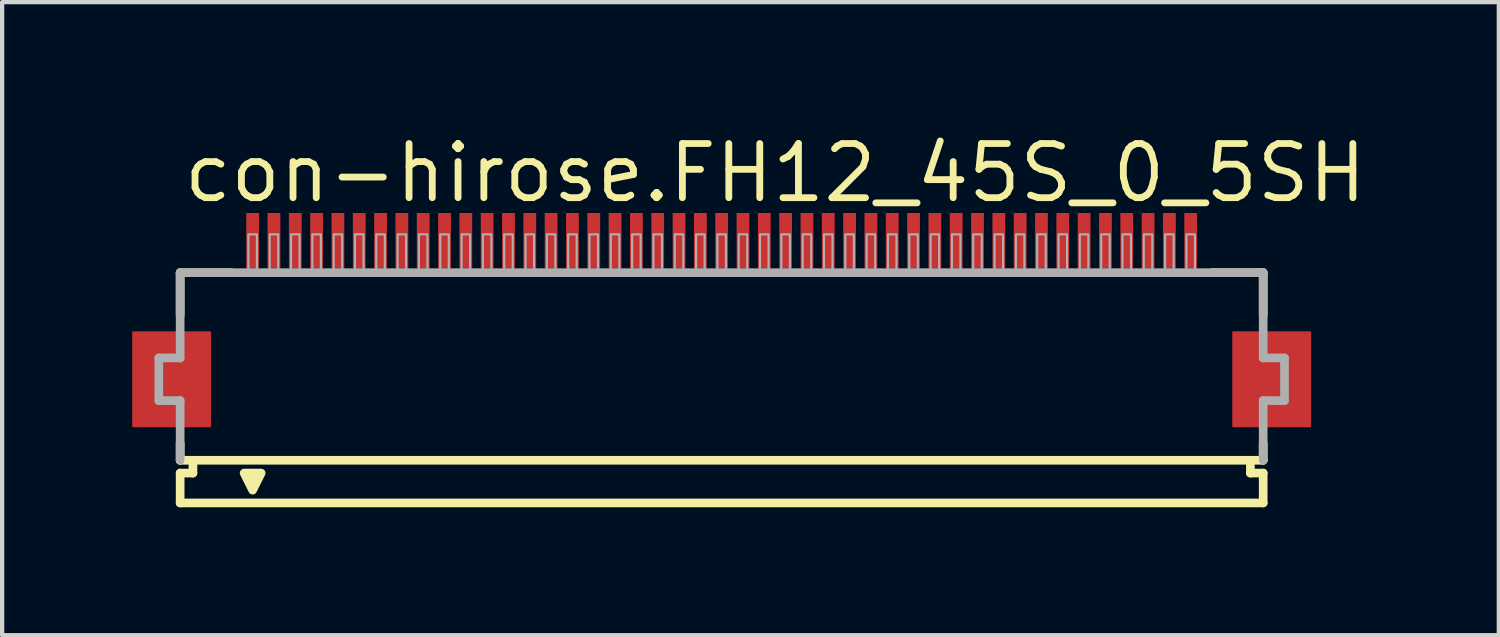
<source format=kicad_pcb>
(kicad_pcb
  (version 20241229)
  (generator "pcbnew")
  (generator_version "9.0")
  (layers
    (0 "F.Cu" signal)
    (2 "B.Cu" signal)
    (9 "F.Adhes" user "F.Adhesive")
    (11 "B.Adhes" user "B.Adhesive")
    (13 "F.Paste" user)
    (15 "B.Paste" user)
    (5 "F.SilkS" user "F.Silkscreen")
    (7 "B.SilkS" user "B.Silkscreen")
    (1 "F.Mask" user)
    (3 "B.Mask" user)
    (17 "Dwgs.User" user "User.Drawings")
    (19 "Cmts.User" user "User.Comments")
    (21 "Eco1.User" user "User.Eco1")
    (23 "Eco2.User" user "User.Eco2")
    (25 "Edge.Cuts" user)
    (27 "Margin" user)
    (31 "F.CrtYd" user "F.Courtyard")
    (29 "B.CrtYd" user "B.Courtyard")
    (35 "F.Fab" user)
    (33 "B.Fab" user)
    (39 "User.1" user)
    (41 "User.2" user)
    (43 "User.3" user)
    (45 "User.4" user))
  (footprint "con-hirose.FH12_45S_0_5SH"
    (layer "F.Cu")
    (at 15.875 5.845)
    (property "Reference" "con-hirose.FH12_45S_0_5SH" (at -14.698 -4.095 0) (layer "F.SilkS") (effects (font (size 1.27 1.27) (thickness 0.16)) (justify left bottom)))
    (attr smd)
    (fp_rect (start -15.8 1.1) (end -14 -1.1) (stroke (width 0.05) (type default)) (fill yes) (layer "F.Cu"))
    (fp_rect (start 10 1.1) (end 11.8 -1.1) (stroke (width 0.05) (type default)) (fill yes) (layer "F.Cu"))
    (fp_rect (start -15.85 1.175) (end -13.95 -1.175) (stroke (width 0.05) (type default)) (fill yes) (layer "F.Mask"))
    (fp_rect (start -13.2 -2.55) (end -12.8 -3.95) (stroke (width 0.05) (type default)) (fill yes) (layer "F.Mask"))
    (fp_rect (start -12.7 -2.55) (end -12.3 -3.95) (stroke (width 0.05) (type default)) (fill yes) (layer "F.Mask"))
    (fp_rect (start -12.2 -2.55) (end -11.8 -3.95) (stroke (width 0.05) (type default)) (fill yes) (layer "F.Mask"))
    (fp_rect (start -11.7 -2.55) (end -11.3 -3.95) (stroke (width 0.05) (type default)) (fill yes) (layer "F.Mask"))
    (fp_rect (start -11.2 -2.55) (end -10.8 -3.95) (stroke (width 0.05) (type default)) (fill yes) (layer "F.Mask"))
    (fp_rect (start -10.7 -2.55) (end -10.3 -3.95) (stroke (width 0.05) (type default)) (fill yes) (layer "F.Mask"))
    (fp_rect (start -10.2 -2.55) (end -9.8 -3.95) (stroke (width 0.05) (type default)) (fill yes) (layer "F.Mask"))
    (fp_rect (start -9.7 -2.55) (end -9.3 -3.95) (stroke (width 0.05) (type default)) (fill yes) (layer "F.Mask"))
    (fp_rect (start -9.2 -2.55) (end -8.8 -3.95) (stroke (width 0.05) (type default)) (fill yes) (layer "F.Mask"))
    (fp_rect (start -8.7 -2.55) (end -8.3 -3.95) (stroke (width 0.05) (type default)) (fill yes) (layer "F.Mask"))
    (fp_rect (start -8.2 -2.55) (end -7.8 -3.95) (stroke (width 0.05) (type default)) (fill yes) (layer "F.Mask"))
    (fp_rect (start -7.7 -2.55) (end -7.3 -3.95) (stroke (width 0.05) (type default)) (fill yes) (layer "F.Mask"))
    (fp_rect (start -7.2 -2.55) (end -6.8 -3.95) (stroke (width 0.05) (type default)) (fill yes) (layer "F.Mask"))
    (fp_rect (start -6.7 -2.55) (end -6.3 -3.95) (stroke (width 0.05) (type default)) (fill yes) (layer "F.Mask"))
    (fp_rect (start -6.2 -2.55) (end -5.8 -3.95) (stroke (width 0.05) (type default)) (fill yes) (layer "F.Mask"))
    (fp_rect (start -5.7 -2.55) (end -5.3 -3.95) (stroke (width 0.05) (type default)) (fill yes) (layer "F.Mask"))
    (fp_rect (start -5.2 -2.55) (end -4.8 -3.95) (stroke (width 0.05) (type default)) (fill yes) (layer "F.Mask"))
    (fp_rect (start -4.7 -2.55) (end -4.3 -3.95) (stroke (width 0.05) (type default)) (fill yes) (layer "F.Mask"))
    (fp_rect (start -4.2 -2.55) (end -3.8 -3.95) (stroke (width 0.05) (type default)) (fill yes) (layer "F.Mask"))
    (fp_rect (start -3.7 -2.55) (end -3.3 -3.95) (stroke (width 0.05) (type default)) (fill yes) (layer "F.Mask"))
    (fp_rect (start -3.2 -2.55) (end -2.8 -3.95) (stroke (width 0.05) (type default)) (fill yes) (layer "F.Mask"))
    (fp_rect (start -2.7 -2.55) (end -2.3 -3.95) (stroke (width 0.05) (type default)) (fill yes) (layer "F.Mask"))
    (fp_rect (start -2.2 -2.55) (end -1.8 -3.95) (stroke (width 0.05) (type default)) (fill yes) (layer "F.Mask"))
    (fp_rect (start -1.7 -2.55) (end -1.3 -3.95) (stroke (width 0.05) (type default)) (fill yes) (layer "F.Mask"))
    (fp_rect (start -1.2 -2.55) (end -0.8 -3.95) (stroke (width 0.05) (type default)) (fill yes) (layer "F.Mask"))
    (fp_rect (start -0.7 -2.55) (end -0.3 -3.95) (stroke (width 0.05) (type default)) (fill yes) (layer "F.Mask"))
    (fp_rect (start -0.2 -2.55) (end 0.2 -3.95) (stroke (width 0.05) (type default)) (fill yes) (layer "F.Mask"))
    (fp_rect (start 0.3 -2.55) (end 0.7 -3.95) (stroke (width 0.05) (type default)) (fill yes) (layer "F.Mask"))
    (fp_rect (start 0.8 -2.55) (end 1.2 -3.95) (stroke (width 0.05) (type default)) (fill yes) (layer "F.Mask"))
    (fp_rect (start 1.3 -2.55) (end 1.7 -3.95) (stroke (width 0.05) (type default)) (fill yes) (layer "F.Mask"))
    (fp_rect (start 1.8 -2.55) (end 2.2 -3.95) (stroke (width 0.05) (type default)) (fill yes) (layer "F.Mask"))
    (fp_rect (start 2.3 -2.55) (end 2.7 -3.95) (stroke (width 0.05) (type default)) (fill yes) (layer "F.Mask"))
    (fp_rect (start 2.8 -2.55) (end 3.2 -3.95) (stroke (width 0.05) (type default)) (fill yes) (layer "F.Mask"))
    (fp_rect (start 3.3 -2.55) (end 3.7 -3.95) (stroke (width 0.05) (type default)) (fill yes) (layer "F.Mask"))
    (fp_rect (start 3.8 -2.55) (end 4.2 -3.95) (stroke (width 0.05) (type default)) (fill yes) (layer "F.Mask"))
    (fp_rect (start 4.3 -2.55) (end 4.7 -3.95) (stroke (width 0.05) (type default)) (fill yes) (layer "F.Mask"))
    (fp_rect (start 4.8 -2.55) (end 5.2 -3.95) (stroke (width 0.05) (type default)) (fill yes) (layer "F.Mask"))
    (fp_rect (start 5.3 -2.55) (end 5.7 -3.95) (stroke (width 0.05) (type default)) (fill yes) (layer "F.Mask"))
    (fp_rect (start 5.8 -2.55) (end 6.2 -3.95) (stroke (width 0.05) (type default)) (fill yes) (layer "F.Mask"))
    (fp_rect (start 6.3 -2.55) (end 6.7 -3.95) (stroke (width 0.05) (type default)) (fill yes) (layer "F.Mask"))
    (fp_rect (start 6.8 -2.55) (end 7.2 -3.95) (stroke (width 0.05) (type default)) (fill yes) (layer "F.Mask"))
    (fp_rect (start 7.3 -2.55) (end 7.7 -3.95) (stroke (width 0.05) (type default)) (fill yes) (layer "F.Mask"))
    (fp_rect (start 7.8 -2.55) (end 8.2 -3.95) (stroke (width 0.05) (type default)) (fill yes) (layer "F.Mask"))
    (fp_rect (start 8.3 -2.55) (end 8.7 -3.95) (stroke (width 0.05) (type default)) (fill yes) (layer "F.Mask"))
    (fp_rect (start 8.8 -2.55) (end 9.2 -3.95) (stroke (width 0.05) (type default)) (fill yes) (layer "F.Mask"))
    (fp_rect (start 9.95 1.175) (end 11.85 -1.175) (stroke (width 0.05) (type default)) (fill yes) (layer "F.Mask"))
    (fp_line (start -14.7 -2.5) (end -14.7 -1.5) (stroke (width 0.203) (type default)) (layer "F.SilkS"))
    (fp_line (start -14.7 1.5) (end -14.7 1.9) (stroke (width 0.203) (type default)) (layer "F.SilkS"))
    (fp_line (start -14.7 1.9) (end -14.4 1.9) (stroke (width 0.203) (type default)) (layer "F.SilkS"))
    (fp_line (start -14.7 2.2) (end -14.7 2.9) (stroke (width 0.203) (type default)) (layer "F.SilkS"))
    (fp_line (start -14.4 1.9) (end -14.4 2.2) (stroke (width 0.203) (type default)) (layer "F.SilkS"))
    (fp_line (start -14.4 2.2) (end -14.7 2.2) (stroke (width 0.203) (type default)) (layer "F.SilkS"))
    (fp_line (start -13.5 -2.5) (end -14.7 -2.5) (stroke (width 0.203) (type default)) (layer "F.SilkS"))
    (fp_line (start 10.4 1.9) (end -14.4 1.9) (stroke (width 0.203) (type default)) (layer "F.SilkS"))
    (fp_line (start 10.4 1.9) (end 10.7 1.9) (stroke (width 0.203) (type default)) (layer "F.SilkS"))
    (fp_line (start 10.4 2.2) (end 10.4 1.9) (stroke (width 0.203) (type default)) (layer "F.SilkS"))
    (fp_line (start 10.7 -2.5) (end 9.5 -2.5) (stroke (width 0.203) (type default)) (layer "F.SilkS"))
    (fp_line (start 10.7 -1.5) (end 10.7 -2.5) (stroke (width 0.203) (type default)) (layer "F.SilkS"))
    (fp_line (start 10.7 1.9) (end 10.7 1.5) (stroke (width 0.203) (type default)) (layer "F.SilkS"))
    (fp_line (start 10.7 2.2) (end 10.4 2.2) (stroke (width 0.203) (type default)) (layer "F.SilkS"))
    (fp_line (start 10.7 2.9) (end -14.7 2.9) (stroke (width 0.203) (type default)) (layer "F.SilkS"))
    (fp_line (start 10.7 2.9) (end 10.7 2.2) (stroke (width 0.203) (type default)) (layer "F.SilkS"))
    (fp_poly (pts (xy -13.2 2.2) (xy -13 2.6) (xy -12.8 2.2)) (stroke (width 0.203) (type default)) (fill yes) (layer "F.SilkS"))
    (fp_rect (start -15.725 1.025) (end -14.075 -1.025) (stroke (width 0.05) (type default)) (fill yes) (layer "F.Paste"))
    (fp_rect (start -13.125 -2.625) (end -12.875 -3.875) (stroke (width 0.05) (type default)) (fill yes) (layer "F.Paste"))
    (fp_rect (start -12.625 -2.625) (end -12.375 -3.875) (stroke (width 0.05) (type default)) (fill yes) (layer "F.Paste"))
    (fp_rect (start -12.125 -2.625) (end -11.875 -3.875) (stroke (width 0.05) (type default)) (fill yes) (layer "F.Paste"))
    (fp_rect (start -11.625 -2.625) (end -11.375 -3.875) (stroke (width 0.05) (type default)) (fill yes) (layer "F.Paste"))
    (fp_rect (start -11.125 -2.625) (end -10.875 -3.875) (stroke (width 0.05) (type default)) (fill yes) (layer "F.Paste"))
    (fp_rect (start -10.625 -2.625) (end -10.375 -3.875) (stroke (width 0.05) (type default)) (fill yes) (layer "F.Paste"))
    (fp_rect (start -10.125 -2.625) (end -9.875 -3.875) (stroke (width 0.05) (type default)) (fill yes) (layer "F.Paste"))
    (fp_rect (start -9.625 -2.625) (end -9.375 -3.875) (stroke (width 0.05) (type default)) (fill yes) (layer "F.Paste"))
    (fp_rect (start -9.125 -2.625) (end -8.875 -3.875) (stroke (width 0.05) (type default)) (fill yes) (layer "F.Paste"))
    (fp_rect (start -8.625 -2.625) (end -8.375 -3.875) (stroke (width 0.05) (type default)) (fill yes) (layer "F.Paste"))
    (fp_rect (start -8.125 -2.625) (end -7.875 -3.875) (stroke (width 0.05) (type default)) (fill yes) (layer "F.Paste"))
    (fp_rect (start -7.625 -2.625) (end -7.375 -3.875) (stroke (width 0.05) (type default)) (fill yes) (layer "F.Paste"))
    (fp_rect (start -7.125 -2.625) (end -6.875 -3.875) (stroke (width 0.05) (type default)) (fill yes) (layer "F.Paste"))
    (fp_rect (start -6.625 -2.625) (end -6.375 -3.875) (stroke (width 0.05) (type default)) (fill yes) (layer "F.Paste"))
    (fp_rect (start -6.125 -2.625) (end -5.875 -3.875) (stroke (width 0.05) (type default)) (fill yes) (layer "F.Paste"))
    (fp_rect (start -5.625 -2.625) (end -5.375 -3.875) (stroke (width 0.05) (type default)) (fill yes) (layer "F.Paste"))
    (fp_rect (start -5.125 -2.625) (end -4.875 -3.875) (stroke (width 0.05) (type default)) (fill yes) (layer "F.Paste"))
    (fp_rect (start -4.625 -2.625) (end -4.375 -3.875) (stroke (width 0.05) (type default)) (fill yes) (layer "F.Paste"))
    (fp_rect (start -4.125 -2.625) (end -3.875 -3.875) (stroke (width 0.05) (type default)) (fill yes) (layer "F.Paste"))
    (fp_rect (start -3.625 -2.625) (end -3.375 -3.875) (stroke (width 0.05) (type default)) (fill yes) (layer "F.Paste"))
    (fp_rect (start -3.125 -2.625) (end -2.875 -3.875) (stroke (width 0.05) (type default)) (fill yes) (layer "F.Paste"))
    (fp_rect (start -2.625 -2.625) (end -2.375 -3.875) (stroke (width 0.05) (type default)) (fill yes) (layer "F.Paste"))
    (fp_rect (start -2.125 -2.625) (end -1.875 -3.875) (stroke (width 0.05) (type default)) (fill yes) (layer "F.Paste"))
    (fp_rect (start -1.625 -2.625) (end -1.375 -3.875) (stroke (width 0.05) (type default)) (fill yes) (layer "F.Paste"))
    (fp_rect (start -1.125 -2.625) (end -0.875 -3.875) (stroke (width 0.05) (type default)) (fill yes) (layer "F.Paste"))
    (fp_rect (start -0.625 -2.625) (end -0.375 -3.875) (stroke (width 0.05) (type default)) (fill yes) (layer "F.Paste"))
    (fp_rect (start -0.125 -2.625) (end 0.125 -3.875) (stroke (width 0.05) (type default)) (fill yes) (layer "F.Paste"))
    (fp_rect (start 0.375 -2.625) (end 0.625 -3.875) (stroke (width 0.05) (type default)) (fill yes) (layer "F.Paste"))
    (fp_rect (start 0.875 -2.625) (end 1.125 -3.875) (stroke (width 0.05) (type default)) (fill yes) (layer "F.Paste"))
    (fp_rect (start 1.375 -2.625) (end 1.625 -3.875) (stroke (width 0.05) (type default)) (fill yes) (layer "F.Paste"))
    (fp_rect (start 1.875 -2.625) (end 2.125 -3.875) (stroke (width 0.05) (type default)) (fill yes) (layer "F.Paste"))
    (fp_rect (start 2.375 -2.625) (end 2.625 -3.875) (stroke (width 0.05) (type default)) (fill yes) (layer "F.Paste"))
    (fp_rect (start 2.875 -2.625) (end 3.125 -3.875) (stroke (width 0.05) (type default)) (fill yes) (layer "F.Paste"))
    (fp_rect (start 3.375 -2.625) (end 3.625 -3.875) (stroke (width 0.05) (type default)) (fill yes) (layer "F.Paste"))
    (fp_rect (start 3.875 -2.625) (end 4.125 -3.875) (stroke (width 0.05) (type default)) (fill yes) (layer "F.Paste"))
    (fp_rect (start 4.375 -2.625) (end 4.625 -3.875) (stroke (width 0.05) (type default)) (fill yes) (layer "F.Paste"))
    (fp_rect (start 4.875 -2.625) (end 5.125 -3.875) (stroke (width 0.05) (type default)) (fill yes) (layer "F.Paste"))
    (fp_rect (start 5.375 -2.625) (end 5.625 -3.875) (stroke (width 0.05) (type default)) (fill yes) (layer "F.Paste"))
    (fp_rect (start 5.875 -2.625) (end 6.125 -3.875) (stroke (width 0.05) (type default)) (fill yes) (layer "F.Paste"))
    (fp_rect (start 6.375 -2.625) (end 6.625 -3.875) (stroke (width 0.05) (type default)) (fill yes) (layer "F.Paste"))
    (fp_rect (start 6.875 -2.625) (end 7.125 -3.875) (stroke (width 0.05) (type default)) (fill yes) (layer "F.Paste"))
    (fp_rect (start 7.375 -2.625) (end 7.625 -3.875) (stroke (width 0.05) (type default)) (fill yes) (layer "F.Paste"))
    (fp_rect (start 7.875 -2.625) (end 8.125 -3.875) (stroke (width 0.05) (type default)) (fill yes) (layer "F.Paste"))
    (fp_rect (start 8.375 -2.625) (end 8.625 -3.875) (stroke (width 0.05) (type default)) (fill yes) (layer "F.Paste"))
    (fp_rect (start 8.875 -2.625) (end 9.125 -3.875) (stroke (width 0.05) (type default)) (fill yes) (layer "F.Paste"))
    (fp_rect (start 10.075 1.025) (end 11.725 -1.025) (stroke (width 0.05) (type default)) (fill yes) (layer "F.Paste"))
    (fp_line (start -15.2 -0.5) (end -15.2 0.5) (stroke (width 0.203) (type default)) (layer "F.Fab"))
    (fp_line (start -15.2 0.5) (end -14.7 0.5) (stroke (width 0.203) (type default)) (layer "F.Fab"))
    (fp_line (start -14.7 -2.5) (end -14.7 -0.5) (stroke (width 0.203) (type default)) (layer "F.Fab"))
    (fp_line (start -14.7 -0.5) (end -15.2 -0.5) (stroke (width 0.203) (type default)) (layer "F.Fab"))
    (fp_line (start -14.7 0.5) (end -14.7 1.9) (stroke (width 0.203) (type default)) (layer "F.Fab"))
    (fp_line (start 10.7 -2.5) (end -14.7 -2.5) (stroke (width 0.203) (type default)) (layer "F.Fab"))
    (fp_line (start 10.7 -0.5) (end 10.7 -2.5) (stroke (width 0.203) (type default)) (layer "F.Fab"))
    (fp_line (start 10.7 0.5) (end 11.2 0.5) (stroke (width 0.203) (type default)) (layer "F.Fab"))
    (fp_line (start 10.7 1.9) (end 10.7 0.5) (stroke (width 0.203) (type default)) (layer "F.Fab"))
    (fp_line (start 11.2 -0.5) (end 10.7 -0.5) (stroke (width 0.203) (type default)) (layer "F.Fab"))
    (fp_line (start 11.2 0.5) (end 11.2 -0.5) (stroke (width 0.203) (type default)) (layer "F.Fab"))
    (fp_rect (start -13.1 -2.55) (end -12.9 -3.4) (stroke (width 0.05) (type default)) (fill no) (layer "F.Fab"))
    (fp_rect (start -12.6 -2.55) (end -12.4 -3.4) (stroke (width 0.05) (type default)) (fill no) (layer "F.Fab"))
    (fp_rect (start -12.1 -2.55) (end -11.9 -3.4) (stroke (width 0.05) (type default)) (fill no) (layer "F.Fab"))
    (fp_rect (start -11.6 -2.55) (end -11.4 -3.4) (stroke (width 0.05) (type default)) (fill no) (layer "F.Fab"))
    (fp_rect (start -11.1 -2.55) (end -10.9 -3.4) (stroke (width 0.05) (type default)) (fill no) (layer "F.Fab"))
    (fp_rect (start -10.6 -2.55) (end -10.4 -3.4) (stroke (width 0.05) (type default)) (fill no) (layer "F.Fab"))
    (fp_rect (start -10.1 -2.55) (end -9.9 -3.4) (stroke (width 0.05) (type default)) (fill no) (layer "F.Fab"))
    (fp_rect (start -9.6 -2.55) (end -9.4 -3.4) (stroke (width 0.05) (type default)) (fill no) (layer "F.Fab"))
    (fp_rect (start -9.1 -2.55) (end -8.9 -3.4) (stroke (width 0.05) (type default)) (fill no) (layer "F.Fab"))
    (fp_rect (start -8.6 -2.55) (end -8.4 -3.4) (stroke (width 0.05) (type default)) (fill no) (layer "F.Fab"))
    (fp_rect (start -8.1 -2.55) (end -7.9 -3.4) (stroke (width 0.05) (type default)) (fill no) (layer "F.Fab"))
    (fp_rect (start -7.6 -2.55) (end -7.4 -3.4) (stroke (width 0.05) (type default)) (fill no) (layer "F.Fab"))
    (fp_rect (start -7.1 -2.55) (end -6.9 -3.4) (stroke (width 0.05) (type default)) (fill no) (layer "F.Fab"))
    (fp_rect (start -6.6 -2.55) (end -6.4 -3.4) (stroke (width 0.05) (type default)) (fill no) (layer "F.Fab"))
    (fp_rect (start -6.1 -2.55) (end -5.9 -3.4) (stroke (width 0.05) (type default)) (fill no) (layer "F.Fab"))
    (fp_rect (start -5.6 -2.55) (end -5.4 -3.4) (stroke (width 0.05) (type default)) (fill no) (layer "F.Fab"))
    (fp_rect (start -5.1 -2.55) (end -4.9 -3.4) (stroke (width 0.05) (type default)) (fill no) (layer "F.Fab"))
    (fp_rect (start -4.6 -2.55) (end -4.4 -3.4) (stroke (width 0.05) (type default)) (fill no) (layer "F.Fab"))
    (fp_rect (start -4.1 -2.55) (end -3.9 -3.4) (stroke (width 0.05) (type default)) (fill no) (layer "F.Fab"))
    (fp_rect (start -3.6 -2.55) (end -3.4 -3.4) (stroke (width 0.05) (type default)) (fill no) (layer "F.Fab"))
    (fp_rect (start -3.1 -2.55) (end -2.9 -3.4) (stroke (width 0.05) (type default)) (fill no) (layer "F.Fab"))
    (fp_rect (start -2.6 -2.55) (end -2.4 -3.4) (stroke (width 0.05) (type default)) (fill no) (layer "F.Fab"))
    (fp_rect (start -2.1 -2.55) (end -1.9 -3.4) (stroke (width 0.05) (type default)) (fill no) (layer "F.Fab"))
    (fp_rect (start -1.6 -2.55) (end -1.4 -3.4) (stroke (width 0.05) (type default)) (fill no) (layer "F.Fab"))
    (fp_rect (start -1.1 -2.55) (end -0.9 -3.4) (stroke (width 0.05) (type default)) (fill no) (layer "F.Fab"))
    (fp_rect (start -0.6 -2.55) (end -0.4 -3.4) (stroke (width 0.05) (type default)) (fill no) (layer "F.Fab"))
    (fp_rect (start -0.1 -2.55) (end 0.1 -3.4) (stroke (width 0.05) (type default)) (fill no) (layer "F.Fab"))
    (fp_rect (start 0.4 -2.55) (end 0.6 -3.4) (stroke (width 0.05) (type default)) (fill no) (layer "F.Fab"))
    (fp_rect (start 0.9 -2.55) (end 1.1 -3.4) (stroke (width 0.05) (type default)) (fill no) (layer "F.Fab"))
    (fp_rect (start 1.4 -2.55) (end 1.6 -3.4) (stroke (width 0.05) (type default)) (fill no) (layer "F.Fab"))
    (fp_rect (start 1.9 -2.55) (end 2.1 -3.4) (stroke (width 0.05) (type default)) (fill no) (layer "F.Fab"))
    (fp_rect (start 2.4 -2.55) (end 2.6 -3.4) (stroke (width 0.05) (type default)) (fill no) (layer "F.Fab"))
    (fp_rect (start 2.9 -2.55) (end 3.1 -3.4) (stroke (width 0.05) (type default)) (fill no) (layer "F.Fab"))
    (fp_rect (start 3.4 -2.55) (end 3.6 -3.4) (stroke (width 0.05) (type default)) (fill no) (layer "F.Fab"))
    (fp_rect (start 3.9 -2.55) (end 4.1 -3.4) (stroke (width 0.05) (type default)) (fill no) (layer "F.Fab"))
    (fp_rect (start 4.4 -2.55) (end 4.6 -3.4) (stroke (width 0.05) (type default)) (fill no) (layer "F.Fab"))
    (fp_rect (start 4.9 -2.55) (end 5.1 -3.4) (stroke (width 0.05) (type default)) (fill no) (layer "F.Fab"))
    (fp_rect (start 5.4 -2.55) (end 5.6 -3.4) (stroke (width 0.05) (type default)) (fill no) (layer "F.Fab"))
    (fp_rect (start 5.9 -2.55) (end 6.1 -3.4) (stroke (width 0.05) (type default)) (fill no) (layer "F.Fab"))
    (fp_rect (start 6.4 -2.55) (end 6.6 -3.4) (stroke (width 0.05) (type default)) (fill no) (layer "F.Fab"))
    (fp_rect (start 6.9 -2.55) (end 7.1 -3.4) (stroke (width 0.05) (type default)) (fill no) (layer "F.Fab"))
    (fp_rect (start 7.4 -2.55) (end 7.6 -3.4) (stroke (width 0.05) (type default)) (fill no) (layer "F.Fab"))
    (fp_rect (start 7.9 -2.55) (end 8.1 -3.4) (stroke (width 0.05) (type default)) (fill no) (layer "F.Fab"))
    (fp_rect (start 8.4 -2.55) (end 8.6 -3.4) (stroke (width 0.05) (type default)) (fill no) (layer "F.Fab"))
    (fp_rect (start 8.9 -2.55) (end 9.1 -3.4) (stroke (width 0.05) (type default)) (fill no) (layer "F.Fab"))
    (pad "1" smd roundrect (at -13 -3.25) (size 0.3 1.3) (layers "F.Cu" "F.Mask" "F.Paste") (roundrect_rratio 0.01))
    (pad "2" smd roundrect (at -12.5 -3.25) (size 0.3 1.3) (layers "F.Cu" "F.Mask" "F.Paste") (roundrect_rratio 0.01))
    (pad "3" smd roundrect (at -12 -3.25) (size 0.3 1.3) (layers "F.Cu" "F.Mask" "F.Paste") (roundrect_rratio 0.01))
    (pad "4" smd roundrect (at -11.5 -3.25) (size 0.3 1.3) (layers "F.Cu" "F.Mask" "F.Paste") (roundrect_rratio 0.01))
    (pad "5" smd roundrect (at -11 -3.25) (size 0.3 1.3) (layers "F.Cu" "F.Mask" "F.Paste") (roundrect_rratio 0.01))
    (pad "6" smd roundrect (at -10.5 -3.25) (size 0.3 1.3) (layers "F.Cu" "F.Mask" "F.Paste") (roundrect_rratio 0.01))
    (pad "7" smd roundrect (at -10 -3.25) (size 0.3 1.3) (layers "F.Cu" "F.Mask" "F.Paste") (roundrect_rratio 0.01))
    (pad "8" smd roundrect (at -9.5 -3.25) (size 0.3 1.3) (layers "F.Cu" "F.Mask" "F.Paste") (roundrect_rratio 0.01))
    (pad "9" smd roundrect (at -9 -3.25) (size 0.3 1.3) (layers "F.Cu" "F.Mask" "F.Paste") (roundrect_rratio 0.01))
    (pad "10" smd roundrect (at -8.5 -3.25) (size 0.3 1.3) (layers "F.Cu" "F.Mask" "F.Paste") (roundrect_rratio 0.01))
    (pad "11" smd roundrect (at -8 -3.25) (size 0.3 1.3) (layers "F.Cu" "F.Mask" "F.Paste") (roundrect_rratio 0.01))
    (pad "12" smd roundrect (at -7.5 -3.25) (size 0.3 1.3) (layers "F.Cu" "F.Mask" "F.Paste") (roundrect_rratio 0.01))
    (pad "13" smd roundrect (at -7 -3.25) (size 0.3 1.3) (layers "F.Cu" "F.Mask" "F.Paste") (roundrect_rratio 0.01))
    (pad "14" smd roundrect (at -6.5 -3.25) (size 0.3 1.3) (layers "F.Cu" "F.Mask" "F.Paste") (roundrect_rratio 0.01))
    (pad "15" smd roundrect (at -6 -3.25) (size 0.3 1.3) (layers "F.Cu" "F.Mask" "F.Paste") (roundrect_rratio 0.01))
    (pad "16" smd roundrect (at -5.5 -3.25) (size 0.3 1.3) (layers "F.Cu" "F.Mask" "F.Paste") (roundrect_rratio 0.01))
    (pad "17" smd roundrect (at -5 -3.25) (size 0.3 1.3) (layers "F.Cu" "F.Mask" "F.Paste") (roundrect_rratio 0.01))
    (pad "18" smd roundrect (at -4.5 -3.25) (size 0.3 1.3) (layers "F.Cu" "F.Mask" "F.Paste") (roundrect_rratio 0.01))
    (pad "19" smd roundrect (at -4 -3.25) (size 0.3 1.3) (layers "F.Cu" "F.Mask" "F.Paste") (roundrect_rratio 0.01))
    (pad "20" smd roundrect (at -3.5 -3.25) (size 0.3 1.3) (layers "F.Cu" "F.Mask" "F.Paste") (roundrect_rratio 0.01))
    (pad "21" smd roundrect (at -3 -3.25) (size 0.3 1.3) (layers "F.Cu" "F.Mask" "F.Paste") (roundrect_rratio 0.01))
    (pad "22" smd roundrect (at -2.5 -3.25) (size 0.3 1.3) (layers "F.Cu" "F.Mask" "F.Paste") (roundrect_rratio 0.01))
    (pad "23" smd roundrect (at -2 -3.25) (size 0.3 1.3) (layers "F.Cu" "F.Mask" "F.Paste") (roundrect_rratio 0.01))
    (pad "24" smd roundrect (at -1.5 -3.25) (size 0.3 1.3) (layers "F.Cu" "F.Mask" "F.Paste") (roundrect_rratio 0.01))
    (pad "25" smd roundrect (at -1 -3.25) (size 0.3 1.3) (layers "F.Cu" "F.Mask" "F.Paste") (roundrect_rratio 0.01))
    (pad "26" smd roundrect (at -0.5 -3.25) (size 0.3 1.3) (layers "F.Cu" "F.Mask" "F.Paste") (roundrect_rratio 0.01))
    (pad "27" smd roundrect (at 0 -3.25) (size 0.3 1.3) (layers "F.Cu" "F.Mask" "F.Paste") (roundrect_rratio 0.01))
    (pad "28" smd roundrect (at 0.5 -3.25) (size 0.3 1.3) (layers "F.Cu" "F.Mask" "F.Paste") (roundrect_rratio 0.01))
    (pad "29" smd roundrect (at 1 -3.25) (size 0.3 1.3) (layers "F.Cu" "F.Mask" "F.Paste") (roundrect_rratio 0.01))
    (pad "30" smd roundrect (at 1.5 -3.25) (size 0.3 1.3) (layers "F.Cu" "F.Mask" "F.Paste") (roundrect_rratio 0.01))
    (pad "31" smd roundrect (at 2 -3.25) (size 0.3 1.3) (layers "F.Cu" "F.Mask" "F.Paste") (roundrect_rratio 0.01))
    (pad "32" smd roundrect (at 2.5 -3.25) (size 0.3 1.3) (layers "F.Cu" "F.Mask" "F.Paste") (roundrect_rratio 0.01))
    (pad "33" smd roundrect (at 3 -3.25) (size 0.3 1.3) (layers "F.Cu" "F.Mask" "F.Paste") (roundrect_rratio 0.01))
    (pad "34" smd roundrect (at 3.5 -3.25) (size 0.3 1.3) (layers "F.Cu" "F.Mask" "F.Paste") (roundrect_rratio 0.01))
    (pad "35" smd roundrect (at 4 -3.25) (size 0.3 1.3) (layers "F.Cu" "F.Mask" "F.Paste") (roundrect_rratio 0.01))
    (pad "36" smd roundrect (at 4.5 -3.25) (size 0.3 1.3) (layers "F.Cu" "F.Mask" "F.Paste") (roundrect_rratio 0.01))
    (pad "37" smd roundrect (at 5 -3.25) (size 0.3 1.3) (layers "F.Cu" "F.Mask" "F.Paste") (roundrect_rratio 0.01))
    (pad "38" smd roundrect (at 5.5 -3.25) (size 0.3 1.3) (layers "F.Cu" "F.Mask" "F.Paste") (roundrect_rratio 0.01))
    (pad "39" smd roundrect (at 6 -3.25) (size 0.3 1.3) (layers "F.Cu" "F.Mask" "F.Paste") (roundrect_rratio 0.01))
    (pad "40" smd roundrect (at 6.5 -3.25) (size 0.3 1.3) (layers "F.Cu" "F.Mask" "F.Paste") (roundrect_rratio 0.01))
    (pad "41" smd roundrect (at 7 -3.25) (size 0.3 1.3) (layers "F.Cu" "F.Mask" "F.Paste") (roundrect_rratio 0.01))
    (pad "42" smd roundrect (at 7.5 -3.25) (size 0.3 1.3) (layers "F.Cu" "F.Mask" "F.Paste") (roundrect_rratio 0.01))
    (pad "43" smd roundrect (at 8 -3.25) (size 0.3 1.3) (layers "F.Cu" "F.Mask" "F.Paste") (roundrect_rratio 0.01))
    (pad "44" smd roundrect (at 8.5 -3.25) (size 0.3 1.3) (layers "F.Cu" "F.Mask" "F.Paste") (roundrect_rratio 0.01))
    (pad "45" smd roundrect (at 9 -3.25) (size 0.3 1.3) (layers "F.Cu" "F.Mask" "F.Paste") (roundrect_rratio 0.01)))
  (gr_rect
    (start -3 -3)
    (end 32.101 11.847)
    (stroke (width 0.1) (type default))
    (fill no)
    (layer "Edge.Cuts")))
</source>
